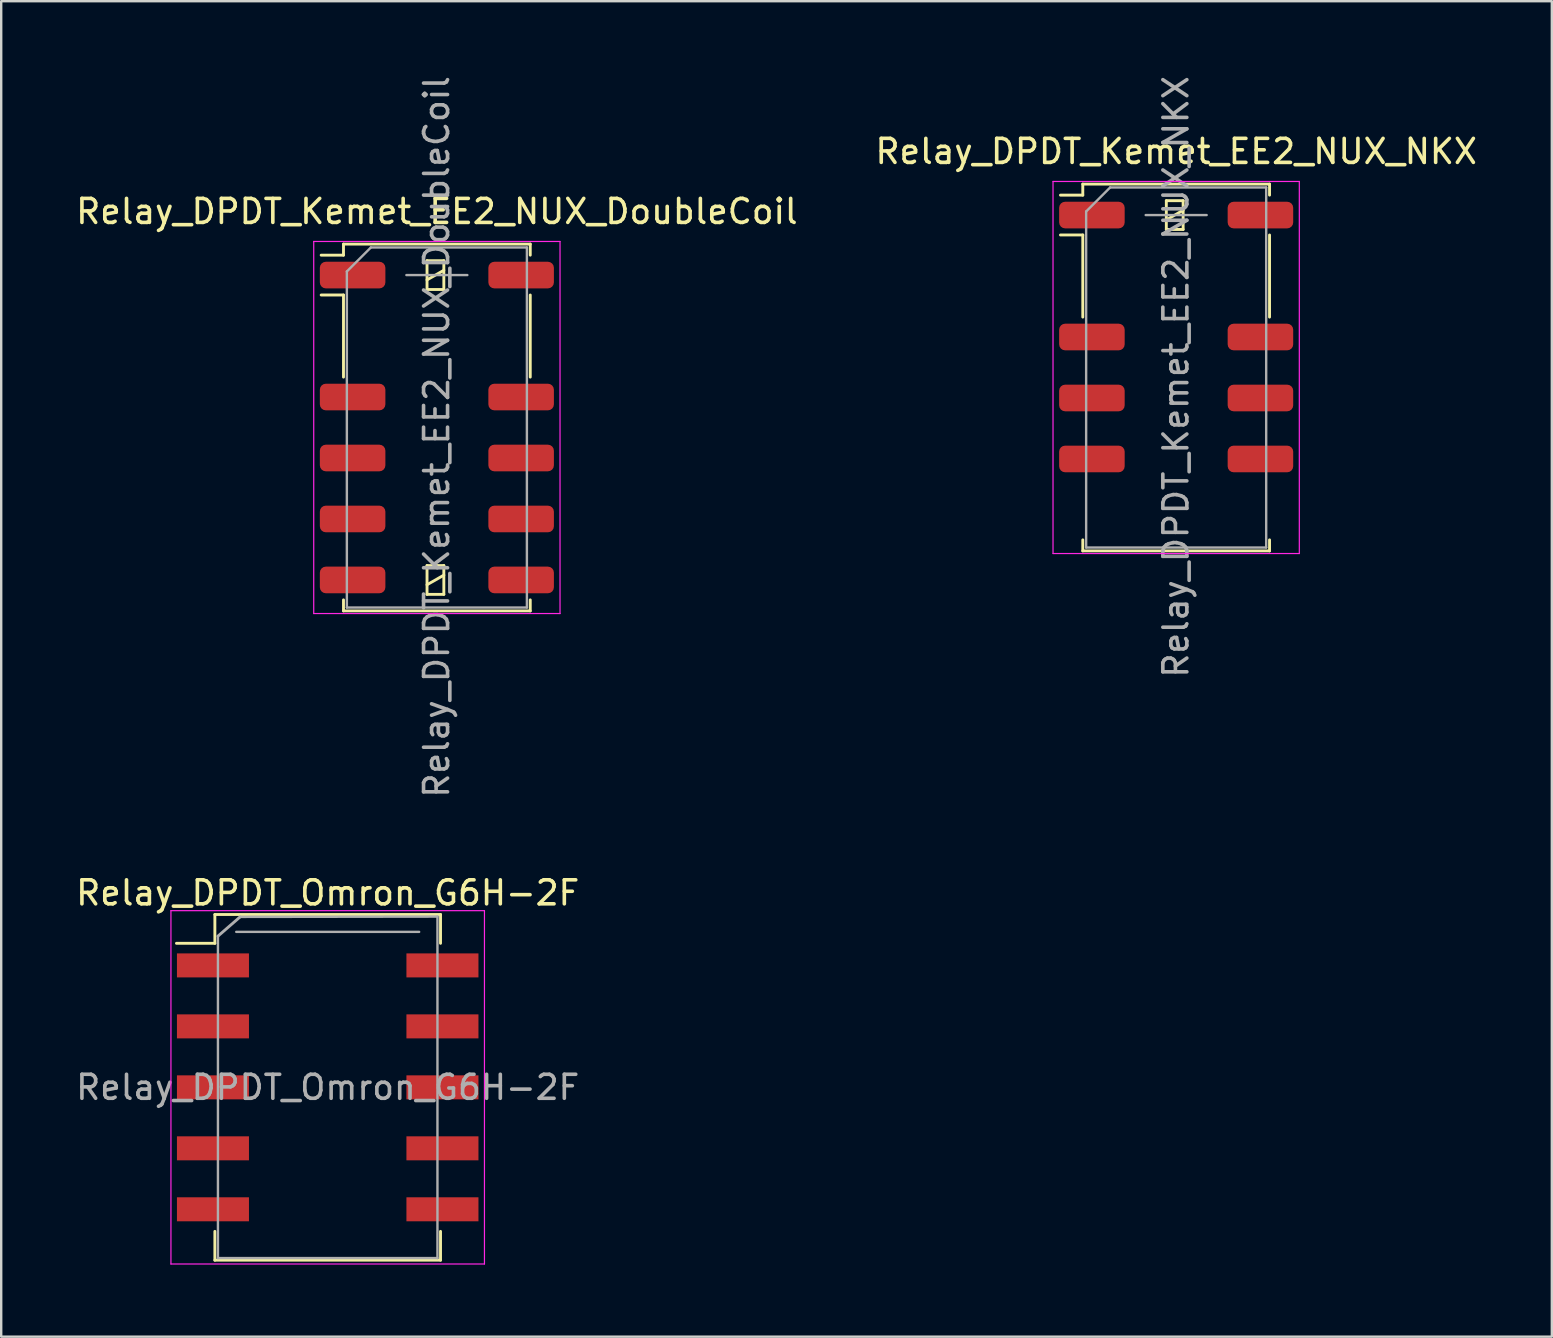
<source format=kicad_pcb>
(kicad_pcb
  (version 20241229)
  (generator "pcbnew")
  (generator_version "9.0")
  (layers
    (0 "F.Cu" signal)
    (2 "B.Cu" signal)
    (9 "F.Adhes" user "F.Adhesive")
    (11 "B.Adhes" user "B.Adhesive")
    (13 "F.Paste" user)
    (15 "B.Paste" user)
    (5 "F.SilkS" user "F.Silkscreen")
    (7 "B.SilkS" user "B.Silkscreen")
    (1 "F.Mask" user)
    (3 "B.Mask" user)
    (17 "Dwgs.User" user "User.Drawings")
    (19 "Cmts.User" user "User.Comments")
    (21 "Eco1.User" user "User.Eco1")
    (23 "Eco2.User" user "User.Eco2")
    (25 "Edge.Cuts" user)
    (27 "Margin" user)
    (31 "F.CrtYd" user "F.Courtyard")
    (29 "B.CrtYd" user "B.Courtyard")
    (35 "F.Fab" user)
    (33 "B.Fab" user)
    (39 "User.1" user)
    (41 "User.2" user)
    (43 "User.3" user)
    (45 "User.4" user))
  (footprint "Relay_DPDT_Omron_G6H-2F"
    (layer "F.Cu")
    (at 10.601 42.246)
    (property "Reference" "Relay_DPDT_Omron_G6H-2F" (at 0 -8.1 0) (layer "F.SilkS") (effects (font (size 1 1) (thickness 0.15))))
    (attr smd)
    (fp_line (start -4.7 -7.2) (end -4.7 -6) (stroke (width 0.12) (type solid)) (layer "F.SilkS"))
    (fp_line (start -4.7 -7.2) (end 4.7 -7.2) (stroke (width 0.12) (type solid)) (layer "F.SilkS"))
    (fp_line (start -4.7 -6) (end -6.3 -6) (stroke (width 0.12) (type solid)) (layer "F.SilkS"))
    (fp_line (start -4.7 7.2) (end -4.7 6) (stroke (width 0.12) (type solid)) (layer "F.SilkS"))
    (fp_line (start 4.7 -7.2) (end 4.7 -6) (stroke (width 0.12) (type solid)) (layer "F.SilkS"))
    (fp_line (start 4.7 7.2) (end -4.7 7.2) (stroke (width 0.12) (type solid)) (layer "F.SilkS"))
    (fp_line (start 4.7 7.2) (end 4.7 6) (stroke (width 0.12) (type solid)) (layer "F.SilkS"))
    (fp_line (start -6.53 -7.36) (end -6.53 7.36) (stroke (width 0.05) (type solid)) (layer "F.CrtYd"))
    (fp_line (start -6.53 -7.36) (end 6.53 -7.36) (stroke (width 0.05) (type solid)) (layer "F.CrtYd"))
    (fp_line (start 6.53 7.36) (end -6.53 7.36) (stroke (width 0.05) (type solid)) (layer "F.CrtYd"))
    (fp_line (start 6.53 7.36) (end 6.53 -7.36) (stroke (width 0.05) (type solid)) (layer "F.CrtYd"))
    (fp_line (start -4.572 -6.3) (end -3.65 -7.1) (stroke (width 0.12) (type solid)) (layer "F.Fab"))
    (fp_line (start -4.572 7.112) (end -4.572 -6.3) (stroke (width 0.1) (type solid)) (layer "F.Fab"))
    (fp_line (start -3.81 -6.477) (end 3.81 -6.477) (stroke (width 0.1) (type solid)) (layer "F.Fab"))
    (fp_line (start -3.65 -7.1) (end 4.572 -7.112) (stroke (width 0.1) (type solid)) (layer "F.Fab"))
    (fp_line (start 4.572 -7.112) (end 4.572 7.112) (stroke (width 0.1) (type solid)) (layer "F.Fab"))
    (fp_line (start 4.572 7.112) (end -4.572 7.112) (stroke (width 0.1) (type solid)) (layer "F.Fab"))
    (fp_text user "${REFERENCE}" (at 0 0 0) (layer "F.Fab") (effects (font (size 1 1) (thickness 0.15))))
    (pad "1" smd rect (at -4.78 -5.08) (size 3 1) (layers "F.Cu" "F.Mask" "F.Paste"))
    (pad "2" smd rect (at -4.78 -2.54) (size 3 1) (layers "F.Cu" "F.Mask" "F.Paste"))
    (pad "3" smd rect (at -4.78 0) (size 3 1) (layers "F.Cu" "F.Mask" "F.Paste"))
    (pad "4" smd rect (at -4.78 2.54) (size 3 1) (layers "F.Cu" "F.Mask" "F.Paste"))
    (pad "5" smd rect (at -4.78 5.08) (size 3 1) (layers "F.Cu" "F.Mask" "F.Paste"))
    (pad "6" smd rect (at 4.78 5.08) (size 3 1) (layers "F.Cu" "F.Mask" "F.Paste"))
    (pad "7" smd rect (at 4.78 2.54) (size 3 1) (layers "F.Cu" "F.Mask" "F.Paste"))
    (pad "8" smd rect (at 4.78 0) (size 3 1) (layers "F.Cu" "F.Mask" "F.Paste"))
    (pad "9" smd rect (at 4.78 -2.54) (size 3 1) (layers "F.Cu" "F.Mask" "F.Paste"))
    (pad "10" smd rect (at 4.78 -5.08) (size 3 1) (layers "F.Cu" "F.Mask" "F.Paste")))
  (footprint "Relay_DPDT_Kemet_EE2_NUX_NKX"
    (layer "F.Cu")
    (at 45.946 12.259)
    (property "Reference" "Relay_DPDT_Kemet_EE2_NUX_NKX" (at 0 -9 180) (layer "F.SilkS") (effects (font (size 1 1) (thickness 0.15))))
    (attr smd)
    (fp_line (start -3.89 -7.64) (end -3.89 -7.18) (stroke (width 0.12) (type solid)) (layer "F.SilkS"))
    (fp_line (start -3.89 -7.18) (end -4.82 -7.18) (stroke (width 0.12) (type solid)) (layer "F.SilkS"))
    (fp_line (start -3.89 -5.52) (end -4.82 -5.52) (stroke (width 0.12) (type solid)) (layer "F.SilkS"))
    (fp_line (start -3.89 -5.52) (end -3.89 -2.1) (stroke (width 0.12) (type solid)) (layer "F.SilkS"))
    (fp_line (start -3.89 7.18) (end -3.89 7.64) (stroke (width 0.12) (type solid)) (layer "F.SilkS"))
    (fp_line (start -0.41 -6.95) (end -0.41 -5.75) (stroke (width 0.12) (type solid)) (layer "F.SilkS"))
    (fp_line (start -0.41 -6.15) (end 0.29 -6.55) (stroke (width 0.12) (type solid)) (layer "F.SilkS"))
    (fp_line (start -0.41 -5.75) (end 0.29 -5.75) (stroke (width 0.12) (type solid)) (layer "F.SilkS"))
    (fp_line (start 0.29 -6.95) (end -0.41 -6.95) (stroke (width 0.12) (type solid)) (layer "F.SilkS"))
    (fp_line (start 0.29 -5.75) (end 0.29 -6.95) (stroke (width 0.12) (type solid)) (layer "F.SilkS"))
    (fp_line (start 3.89 -7.64) (end -3.89 -7.64) (stroke (width 0.12) (type solid)) (layer "F.SilkS"))
    (fp_line (start 3.89 -7.64) (end 3.89 -7.18) (stroke (width 0.12) (type solid)) (layer "F.SilkS"))
    (fp_line (start 3.89 -5.52) (end 3.89 -2.1) (stroke (width 0.12) (type solid)) (layer "F.SilkS"))
    (fp_line (start 3.89 7.18) (end 3.89 7.64) (stroke (width 0.12) (type solid)) (layer "F.SilkS"))
    (fp_line (start 3.89 7.64) (end -3.89 7.64) (stroke (width 0.12) (type solid)) (layer "F.SilkS"))
    (fp_line (start -5.13 -7.75) (end -5.13 7.75) (stroke (width 0.05) (type solid)) (layer "F.CrtYd"))
    (fp_line (start -5.13 7.75) (end 5.13 7.75) (stroke (width 0.05) (type solid)) (layer "F.CrtYd"))
    (fp_line (start 5.13 -7.75) (end -5.13 -7.75) (stroke (width 0.05) (type solid)) (layer "F.CrtYd"))
    (fp_line (start 5.13 -7.75) (end 5.13 7.75) (stroke (width 0.05) (type solid)) (layer "F.CrtYd"))
    (fp_line (start -3.75 -6.5) (end -3.75 7.5) (stroke (width 0.1) (type solid)) (layer "F.Fab"))
    (fp_line (start -3.75 -6.5) (end -2.75 -7.5) (stroke (width 0.1) (type solid)) (layer "F.Fab"))
    (fp_line (start -1.27 -6.35) (end 1.27 -6.35) (stroke (width 0.1) (type solid)) (layer "F.Fab"))
    (fp_line (start 3.75 -7.5) (end -2.75 -7.5) (stroke (width 0.1) (type solid)) (layer "F.Fab"))
    (fp_line (start 3.75 -7.5) (end 3.75 7.5) (stroke (width 0.1) (type solid)) (layer "F.Fab"))
    (fp_line (start 3.75 7.5) (end -3.75 7.5) (stroke (width 0.1) (type solid)) (layer "F.Fab"))
    (fp_text user "${REFERENCE}" (at -0.01 0.39 90) (layer "F.Fab") (effects (font (size 1 1) (thickness 0.15))))
    (pad "1" smd roundrect (at -3.51 -6.35 270) (size 1.11 2.73) (layers "F.Cu" "F.Mask" "F.Paste") (roundrect_rratio 0.225))
    (pad "3" smd roundrect (at -3.51 -1.27 270) (size 1.11 2.73) (layers "F.Cu" "F.Mask" "F.Paste") (roundrect_rratio 0.225))
    (pad "4" smd roundrect (at -3.51 1.27 270) (size 1.11 2.73) (layers "F.Cu" "F.Mask" "F.Paste") (roundrect_rratio 0.225))
    (pad "5" smd roundrect (at -3.51 3.81 270) (size 1.11 2.73) (layers "F.Cu" "F.Mask" "F.Paste") (roundrect_rratio 0.225))
    (pad "8" smd roundrect (at 3.51 3.81 270) (size 1.11 2.73) (layers "F.Cu" "F.Mask" "F.Paste") (roundrect_rratio 0.225))
    (pad "9" smd roundrect (at 3.51 1.27 270) (size 1.11 2.73) (layers "F.Cu" "F.Mask" "F.Paste") (roundrect_rratio 0.225))
    (pad "10" smd roundrect (at 3.51 -1.27 270) (size 1.11 2.73) (layers "F.Cu" "F.Mask" "F.Paste") (roundrect_rratio 0.225))
    (pad "12" smd roundrect (at 3.51 -6.35 270) (size 1.11 2.73) (layers "F.Cu" "F.Mask" "F.Paste") (roundrect_rratio 0.225)))
  (footprint "Relay_DPDT_Kemet_EE2_NUX_DoubleCoil"
    (layer "F.Cu")
    (at 15.149 14.759)
    (property "Reference" "Relay_DPDT_Kemet_EE2_NUX_DoubleCoil" (at 0 -9 180) (layer "F.SilkS") (effects (font (size 1 1) (thickness 0.15))))
    (attr smd)
    (fp_line (start -3.89 -7.64) (end -3.89 -7.18) (stroke (width 0.12) (type solid)) (layer "F.SilkS"))
    (fp_line (start -3.89 -7.18) (end -4.82 -7.18) (stroke (width 0.12) (type solid)) (layer "F.SilkS"))
    (fp_line (start -3.89 -5.52) (end -4.82 -5.52) (stroke (width 0.12) (type solid)) (layer "F.SilkS"))
    (fp_line (start -3.89 -5.52) (end -3.89 -2.1) (stroke (width 0.12) (type solid)) (layer "F.SilkS"))
    (fp_line (start -3.89 7.18) (end -3.89 7.64) (stroke (width 0.12) (type solid)) (layer "F.SilkS"))
    (fp_line (start -0.41 -6.95) (end -0.41 -5.75) (stroke (width 0.12) (type solid)) (layer "F.SilkS"))
    (fp_line (start -0.41 -6.15) (end 0.29 -6.55) (stroke (width 0.12) (type solid)) (layer "F.SilkS"))
    (fp_line (start -0.41 -5.75) (end 0.29 -5.75) (stroke (width 0.12) (type solid)) (layer "F.SilkS"))
    (fp_line (start -0.41 5.75) (end -0.41 6.95) (stroke (width 0.12) (type solid)) (layer "F.SilkS"))
    (fp_line (start -0.41 6.55) (end 0.29 6.15) (stroke (width 0.12) (type solid)) (layer "F.SilkS"))
    (fp_line (start -0.41 6.95) (end 0.29 6.95) (stroke (width 0.12) (type solid)) (layer "F.SilkS"))
    (fp_line (start 0.29 -6.95) (end -0.41 -6.95) (stroke (width 0.12) (type solid)) (layer "F.SilkS"))
    (fp_line (start 0.29 -5.75) (end 0.29 -6.95) (stroke (width 0.12) (type solid)) (layer "F.SilkS"))
    (fp_line (start 0.29 5.75) (end -0.41 5.75) (stroke (width 0.12) (type solid)) (layer "F.SilkS"))
    (fp_line (start 0.29 6.95) (end 0.29 5.75) (stroke (width 0.12) (type solid)) (layer "F.SilkS"))
    (fp_line (start 3.89 -7.64) (end -3.89 -7.64) (stroke (width 0.12) (type solid)) (layer "F.SilkS"))
    (fp_line (start 3.89 -7.64) (end 3.89 -7.18) (stroke (width 0.12) (type solid)) (layer "F.SilkS"))
    (fp_line (start 3.89 -5.52) (end 3.89 -2.1) (stroke (width 0.12) (type solid)) (layer "F.SilkS"))
    (fp_line (start 3.89 7.18) (end 3.89 7.64) (stroke (width 0.12) (type solid)) (layer "F.SilkS"))
    (fp_line (start 3.89 7.64) (end -3.89 7.64) (stroke (width 0.12) (type solid)) (layer "F.SilkS"))
    (fp_line (start -5.13 -7.75) (end -5.13 7.75) (stroke (width 0.05) (type solid)) (layer "F.CrtYd"))
    (fp_line (start -5.13 7.75) (end 5.13 7.75) (stroke (width 0.05) (type solid)) (layer "F.CrtYd"))
    (fp_line (start 5.13 -7.75) (end -5.13 -7.75) (stroke (width 0.05) (type solid)) (layer "F.CrtYd"))
    (fp_line (start 5.13 -7.75) (end 5.13 7.75) (stroke (width 0.05) (type solid)) (layer "F.CrtYd"))
    (fp_line (start -3.75 -6.5) (end -3.75 7.5) (stroke (width 0.1) (type solid)) (layer "F.Fab"))
    (fp_line (start -3.75 -6.5) (end -2.75 -7.5) (stroke (width 0.1) (type solid)) (layer "F.Fab"))
    (fp_line (start -1.27 -6.35) (end 1.27 -6.35) (stroke (width 0.1) (type solid)) (layer "F.Fab"))
    (fp_line (start 3.75 -7.5) (end -2.75 -7.5) (stroke (width 0.1) (type solid)) (layer "F.Fab"))
    (fp_line (start 3.75 -7.5) (end 3.75 7.5) (stroke (width 0.1) (type solid)) (layer "F.Fab"))
    (fp_line (start 3.75 7.5) (end -3.75 7.5) (stroke (width 0.1) (type solid)) (layer "F.Fab"))
    (fp_text user "${REFERENCE}" (at -0.01 0.39 90) (layer "F.Fab") (effects (font (size 1 1) (thickness 0.15))))
    (pad "1" smd roundrect (at -3.51 -6.35 270) (size 1.11 2.73) (layers "F.Cu" "F.Mask" "F.Paste") (roundrect_rratio 0.225))
    (pad "3" smd roundrect (at -3.51 -1.27 270) (size 1.11 2.73) (layers "F.Cu" "F.Mask" "F.Paste") (roundrect_rratio 0.225))
    (pad "4" smd roundrect (at -3.51 1.27 270) (size 1.11 2.73) (layers "F.Cu" "F.Mask" "F.Paste") (roundrect_rratio 0.225))
    (pad "5" smd roundrect (at -3.51 3.81 270) (size 1.11 2.73) (layers "F.Cu" "F.Mask" "F.Paste") (roundrect_rratio 0.225))
    (pad "6" smd roundrect (at -3.51 6.35 270) (size 1.11 2.73) (layers "F.Cu" "F.Mask" "F.Paste") (roundrect_rratio 0.225))
    (pad "7" smd roundrect (at 3.51 6.35 270) (size 1.11 2.73) (layers "F.Cu" "F.Mask" "F.Paste") (roundrect_rratio 0.225))
    (pad "8" smd roundrect (at 3.51 3.81 270) (size 1.11 2.73) (layers "F.Cu" "F.Mask" "F.Paste") (roundrect_rratio 0.225))
    (pad "9" smd roundrect (at 3.51 1.27 270) (size 1.11 2.73) (layers "F.Cu" "F.Mask" "F.Paste") (roundrect_rratio 0.225))
    (pad "10" smd roundrect (at 3.51 -1.27 270) (size 1.11 2.73) (layers "F.Cu" "F.Mask" "F.Paste") (roundrect_rratio 0.225))
    (pad "12" smd roundrect (at 3.51 -6.35 270) (size 1.11 2.73) (layers "F.Cu" "F.Mask" "F.Paste") (roundrect_rratio 0.225)))
  (gr_rect
    (start -3 -3)
    (end 61.595 52.631)
    (stroke (width 0.1) (type default))
    (fill no)
    (layer "Edge.Cuts")))
</source>
